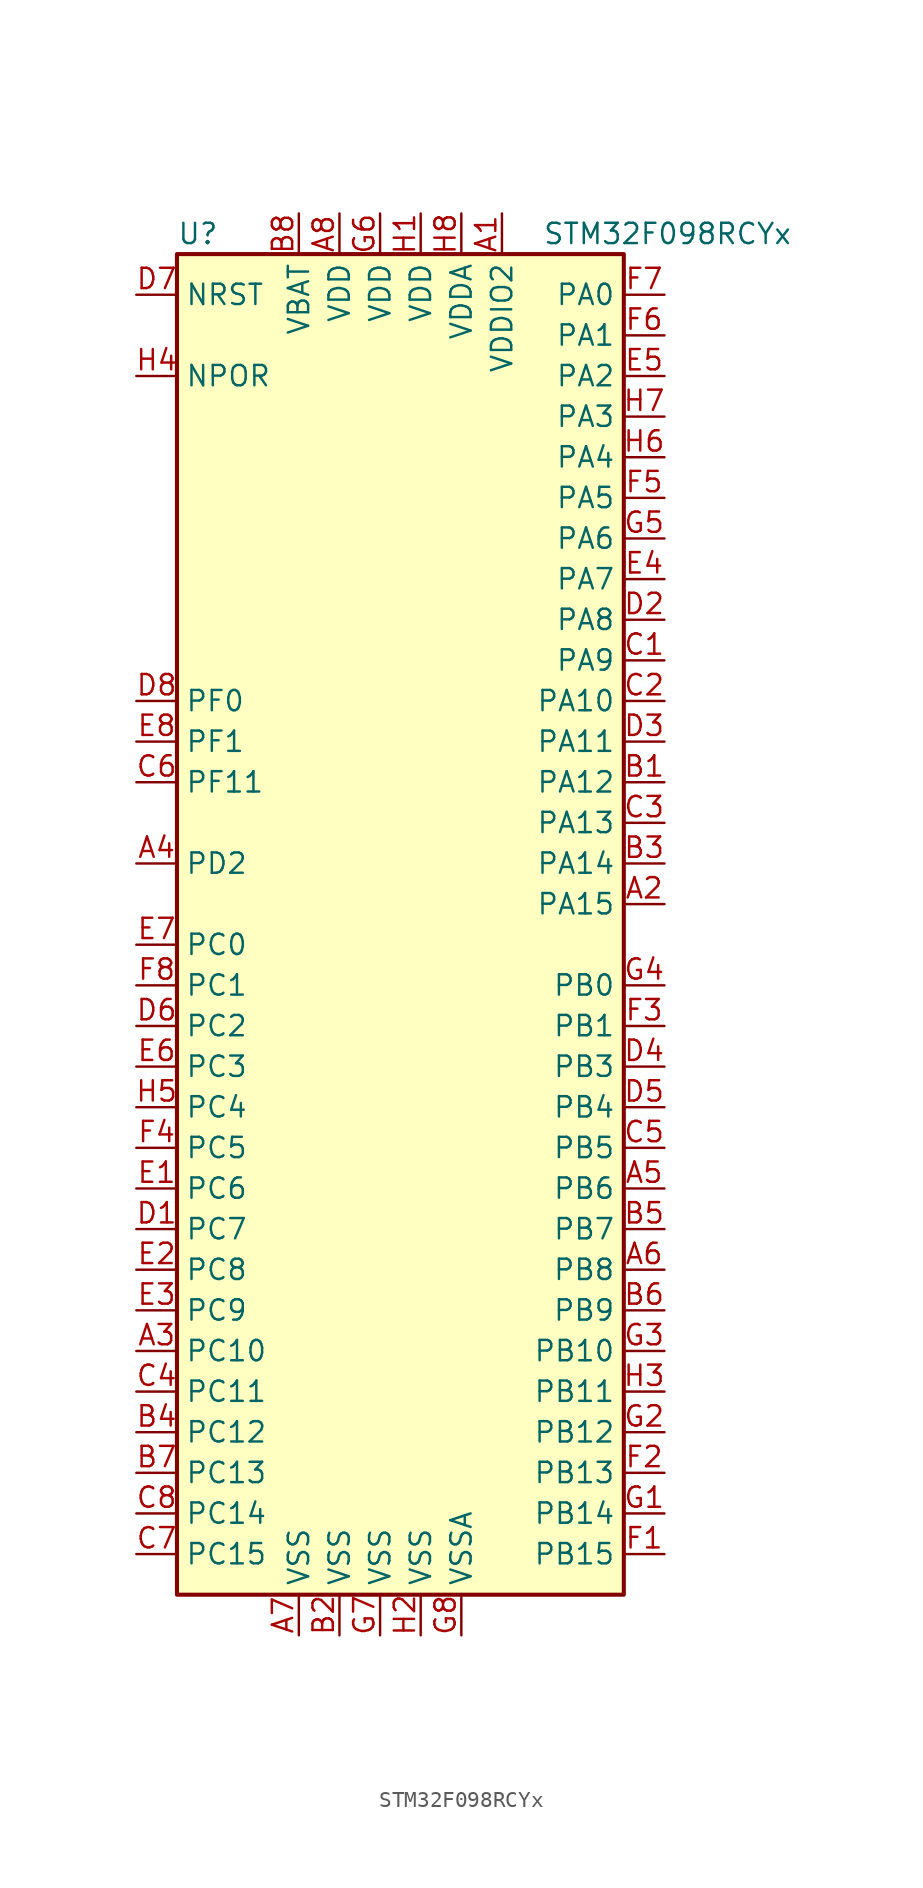
<source format=kicad_sym>
(kicad_symbol_lib
  (version 20211014)
  (generator kicad_symbol_editor)
  (symbol "STM32F098RCYx"
    (property "Reference" "U"
      (at -15.24 41.91 0)
      (effects (font (size 1.27 1.27)) (justify left)))
    (property "Value" "STM32F098RCYx"
      (at 7.62 41.91 0)
      (effects (font (size 1.27 1.27)) (justify left)))
    (symbol "STM32F098RCYx_0_1"
      (rectangle (start -15.24 -43.18) (end 12.7 40.64) (stroke (width 0.254) (type default) (color 0 0 0 0)) (fill (type background))))
    (symbol "STM32F098RCYx_1_1"
      (pin power_in line (at 5.08 43.18 270) (length 2.54) (name "VDDIO2" (effects (font (size 1.27 1.27)))) (number "A1" (effects (font (size 1.27 1.27)))))
      (pin bidirectional line (at 15.24 0 180) (length 2.54) (name "PA15" (effects (font (size 1.27 1.27)))) (number "A2" (effects (font (size 1.27 1.27)))))
      (pin bidirectional line (at -17.78 -27.94 0) (length 2.54) (name "PC10" (effects (font (size 1.27 1.27)))) (number "A3" (effects (font (size 1.27 1.27)))))
      (pin bidirectional line (at -17.78 2.54 0) (length 2.54) (name "PD2" (effects (font (size 1.27 1.27)))) (number "A4" (effects (font (size 1.27 1.27)))))
      (pin bidirectional line (at 15.24 -17.78 180) (length 2.54) (name "PB6" (effects (font (size 1.27 1.27)))) (number "A5" (effects (font (size 1.27 1.27)))))
      (pin bidirectional line (at 15.24 -22.86 180) (length 2.54) (name "PB8" (effects (font (size 1.27 1.27)))) (number "A6" (effects (font (size 1.27 1.27)))))
      (pin power_in line (at -7.62 -45.72 90) (length 2.54) (name "VSS" (effects (font (size 1.27 1.27)))) (number "A7" (effects (font (size 1.27 1.27)))))
      (pin power_in line (at -5.08 43.18 270) (length 2.54) (name "VDD" (effects (font (size 1.27 1.27)))) (number "A8" (effects (font (size 1.27 1.27)))))
      (pin bidirectional line (at 15.24 7.62 180) (length 2.54) (name "PA12" (effects (font (size 1.27 1.27)))) (number "B1" (effects (font (size 1.27 1.27)))))
      (pin power_in line (at -5.08 -45.72 90) (length 2.54) (name "VSS" (effects (font (size 1.27 1.27)))) (number "B2" (effects (font (size 1.27 1.27)))))
      (pin bidirectional line (at 15.24 2.54 180) (length 2.54) (name "PA14" (effects (font (size 1.27 1.27)))) (number "B3" (effects (font (size 1.27 1.27)))))
      (pin bidirectional line (at -17.78 -33.02 0) (length 2.54) (name "PC12" (effects (font (size 1.27 1.27)))) (number "B4" (effects (font (size 1.27 1.27)))))
      (pin bidirectional line (at 15.24 -20.32 180) (length 2.54) (name "PB7" (effects (font (size 1.27 1.27)))) (number "B5" (effects (font (size 1.27 1.27)))))
      (pin bidirectional line (at 15.24 -25.4 180) (length 2.54) (name "PB9" (effects (font (size 1.27 1.27)))) (number "B6" (effects (font (size 1.27 1.27)))))
      (pin bidirectional line (at -17.78 -35.56 0) (length 2.54) (name "PC13" (effects (font (size 1.27 1.27)))) (number "B7" (effects (font (size 1.27 1.27)))))
      (pin power_in line (at -7.62 43.18 270) (length 2.54) (name "VBAT" (effects (font (size 1.27 1.27)))) (number "B8" (effects (font (size 1.27 1.27)))))
      (pin bidirectional line (at 15.24 15.24 180) (length 2.54) (name "PA9" (effects (font (size 1.27 1.27)))) (number "C1" (effects (font (size 1.27 1.27)))))
      (pin bidirectional line (at 15.24 12.7 180) (length 2.54) (name "PA10" (effects (font (size 1.27 1.27)))) (number "C2" (effects (font (size 1.27 1.27)))))
      (pin bidirectional line (at 15.24 5.08 180) (length 2.54) (name "PA13" (effects (font (size 1.27 1.27)))) (number "C3" (effects (font (size 1.27 1.27)))))
      (pin bidirectional line (at -17.78 -30.48 0) (length 2.54) (name "PC11" (effects (font (size 1.27 1.27)))) (number "C4" (effects (font (size 1.27 1.27)))))
      (pin bidirectional line (at 15.24 -15.24 180) (length 2.54) (name "PB5" (effects (font (size 1.27 1.27)))) (number "C5" (effects (font (size 1.27 1.27)))))
      (pin bidirectional line (at -17.78 7.62 0) (length 2.54) (name "PF11" (effects (font (size 1.27 1.27)))) (number "C6" (effects (font (size 1.27 1.27)))))
      (pin bidirectional line (at -17.78 -40.64 0) (length 2.54) (name "PC15" (effects (font (size 1.27 1.27)))) (number "C7" (effects (font (size 1.27 1.27)))))
      (pin bidirectional line (at -17.78 -38.1 0) (length 2.54) (name "PC14" (effects (font (size 1.27 1.27)))) (number "C8" (effects (font (size 1.27 1.27)))))
      (pin bidirectional line (at -17.78 -20.32 0) (length 2.54) (name "PC7" (effects (font (size 1.27 1.27)))) (number "D1" (effects (font (size 1.27 1.27)))))
      (pin bidirectional line (at 15.24 17.78 180) (length 2.54) (name "PA8" (effects (font (size 1.27 1.27)))) (number "D2" (effects (font (size 1.27 1.27)))))
      (pin bidirectional line (at 15.24 10.16 180) (length 2.54) (name "PA11" (effects (font (size 1.27 1.27)))) (number "D3" (effects (font (size 1.27 1.27)))))
      (pin bidirectional line (at 15.24 -10.16 180) (length 2.54) (name "PB3" (effects (font (size 1.27 1.27)))) (number "D4" (effects (font (size 1.27 1.27)))))
      (pin bidirectional line (at 15.24 -12.7 180) (length 2.54) (name "PB4" (effects (font (size 1.27 1.27)))) (number "D5" (effects (font (size 1.27 1.27)))))
      (pin bidirectional line (at -17.78 -7.62 0) (length 2.54) (name "PC2" (effects (font (size 1.27 1.27)))) (number "D6" (effects (font (size 1.27 1.27)))))
      (pin input line (at -17.78 38.1 0) (length 2.54) (name "NRST" (effects (font (size 1.27 1.27)))) (number "D7" (effects (font (size 1.27 1.27)))))
      (pin input line (at -17.78 12.7 0) (length 2.54) (name "PF0" (effects (font (size 1.27 1.27)))) (number "D8" (effects (font (size 1.27 1.27)))))
      (pin bidirectional line (at -17.78 -17.78 0) (length 2.54) (name "PC6" (effects (font (size 1.27 1.27)))) (number "E1" (effects (font (size 1.27 1.27)))))
      (pin bidirectional line (at -17.78 -22.86 0) (length 2.54) (name "PC8" (effects (font (size 1.27 1.27)))) (number "E2" (effects (font (size 1.27 1.27)))))
      (pin bidirectional line (at -17.78 -25.4 0) (length 2.54) (name "PC9" (effects (font (size 1.27 1.27)))) (number "E3" (effects (font (size 1.27 1.27)))))
      (pin bidirectional line (at 15.24 20.32 180) (length 2.54) (name "PA7" (effects (font (size 1.27 1.27)))) (number "E4" (effects (font (size 1.27 1.27)))))
      (pin bidirectional line (at 15.24 33.02 180) (length 2.54) (name "PA2" (effects (font (size 1.27 1.27)))) (number "E5" (effects (font (size 1.27 1.27)))))
      (pin bidirectional line (at -17.78 -10.16 0) (length 2.54) (name "PC3" (effects (font (size 1.27 1.27)))) (number "E6" (effects (font (size 1.27 1.27)))))
      (pin bidirectional line (at -17.78 -2.54 0) (length 2.54) (name "PC0" (effects (font (size 1.27 1.27)))) (number "E7" (effects (font (size 1.27 1.27)))))
      (pin input line (at -17.78 10.16 0) (length 2.54) (name "PF1" (effects (font (size 1.27 1.27)))) (number "E8" (effects (font (size 1.27 1.27)))))
      (pin bidirectional line (at 15.24 -40.64 180) (length 2.54) (name "PB15" (effects (font (size 1.27 1.27)))) (number "F1" (effects (font (size 1.27 1.27)))))
      (pin bidirectional line (at 15.24 -35.56 180) (length 2.54) (name "PB13" (effects (font (size 1.27 1.27)))) (number "F2" (effects (font (size 1.27 1.27)))))
      (pin bidirectional line (at 15.24 -7.62 180) (length 2.54) (name "PB1" (effects (font (size 1.27 1.27)))) (number "F3" (effects (font (size 1.27 1.27)))))
      (pin bidirectional line (at -17.78 -15.24 0) (length 2.54) (name "PC5" (effects (font (size 1.27 1.27)))) (number "F4" (effects (font (size 1.27 1.27)))))
      (pin bidirectional line (at 15.24 25.4 180) (length 2.54) (name "PA5" (effects (font (size 1.27 1.27)))) (number "F5" (effects (font (size 1.27 1.27)))))
      (pin bidirectional line (at 15.24 35.56 180) (length 2.54) (name "PA1" (effects (font (size 1.27 1.27)))) (number "F6" (effects (font (size 1.27 1.27)))))
      (pin bidirectional line (at 15.24 38.1 180) (length 2.54) (name "PA0" (effects (font (size 1.27 1.27)))) (number "F7" (effects (font (size 1.27 1.27)))))
      (pin bidirectional line (at -17.78 -5.08 0) (length 2.54) (name "PC1" (effects (font (size 1.27 1.27)))) (number "F8" (effects (font (size 1.27 1.27)))))
      (pin bidirectional line (at 15.24 -38.1 180) (length 2.54) (name "PB14" (effects (font (size 1.27 1.27)))) (number "G1" (effects (font (size 1.27 1.27)))))
      (pin bidirectional line (at 15.24 -33.02 180) (length 2.54) (name "PB12" (effects (font (size 1.27 1.27)))) (number "G2" (effects (font (size 1.27 1.27)))))
      (pin bidirectional line (at 15.24 -27.94 180) (length 2.54) (name "PB10" (effects (font (size 1.27 1.27)))) (number "G3" (effects (font (size 1.27 1.27)))))
      (pin bidirectional line (at 15.24 -5.08 180) (length 2.54) (name "PB0" (effects (font (size 1.27 1.27)))) (number "G4" (effects (font (size 1.27 1.27)))))
      (pin bidirectional line (at 15.24 22.86 180) (length 2.54) (name "PA6" (effects (font (size 1.27 1.27)))) (number "G5" (effects (font (size 1.27 1.27)))))
      (pin power_in line (at -2.54 43.18 270) (length 2.54) (name "VDD" (effects (font (size 1.27 1.27)))) (number "G6" (effects (font (size 1.27 1.27)))))
      (pin power_in line (at -2.54 -45.72 90) (length 2.54) (name "VSS" (effects (font (size 1.27 1.27)))) (number "G7" (effects (font (size 1.27 1.27)))))
      (pin power_in line (at 2.54 -45.72 90) (length 2.54) (name "VSSA" (effects (font (size 1.27 1.27)))) (number "G8" (effects (font (size 1.27 1.27)))))
      (pin power_in line (at 0 43.18 270) (length 2.54) (name "VDD" (effects (font (size 1.27 1.27)))) (number "H1" (effects (font (size 1.27 1.27)))))
      (pin power_in line (at 0 -45.72 90) (length 2.54) (name "VSS" (effects (font (size 1.27 1.27)))) (number "H2" (effects (font (size 1.27 1.27)))))
      (pin bidirectional line (at 15.24 -30.48 180) (length 2.54) (name "PB11" (effects (font (size 1.27 1.27)))) (number "H3" (effects (font (size 1.27 1.27)))))
      (pin power_in line (at -17.78 33.02 0) (length 2.54) (name "NPOR" (effects (font (size 1.27 1.27)))) (number "H4" (effects (font (size 1.27 1.27)))))
      (pin bidirectional line (at -17.78 -12.7 0) (length 2.54) (name "PC4" (effects (font (size 1.27 1.27)))) (number "H5" (effects (font (size 1.27 1.27)))))
      (pin bidirectional line (at 15.24 27.94 180) (length 2.54) (name "PA4" (effects (font (size 1.27 1.27)))) (number "H6" (effects (font (size 1.27 1.27)))))
      (pin bidirectional line (at 15.24 30.48 180) (length 2.54) (name "PA3" (effects (font (size 1.27 1.27)))) (number "H7" (effects (font (size 1.27 1.27)))))
      (pin power_in line (at 2.54 43.18 270) (length 2.54) (name "VDDA" (effects (font (size 1.27 1.27)))) (number "H8" (effects (font (size 1.27 1.27))))))))
</source>
